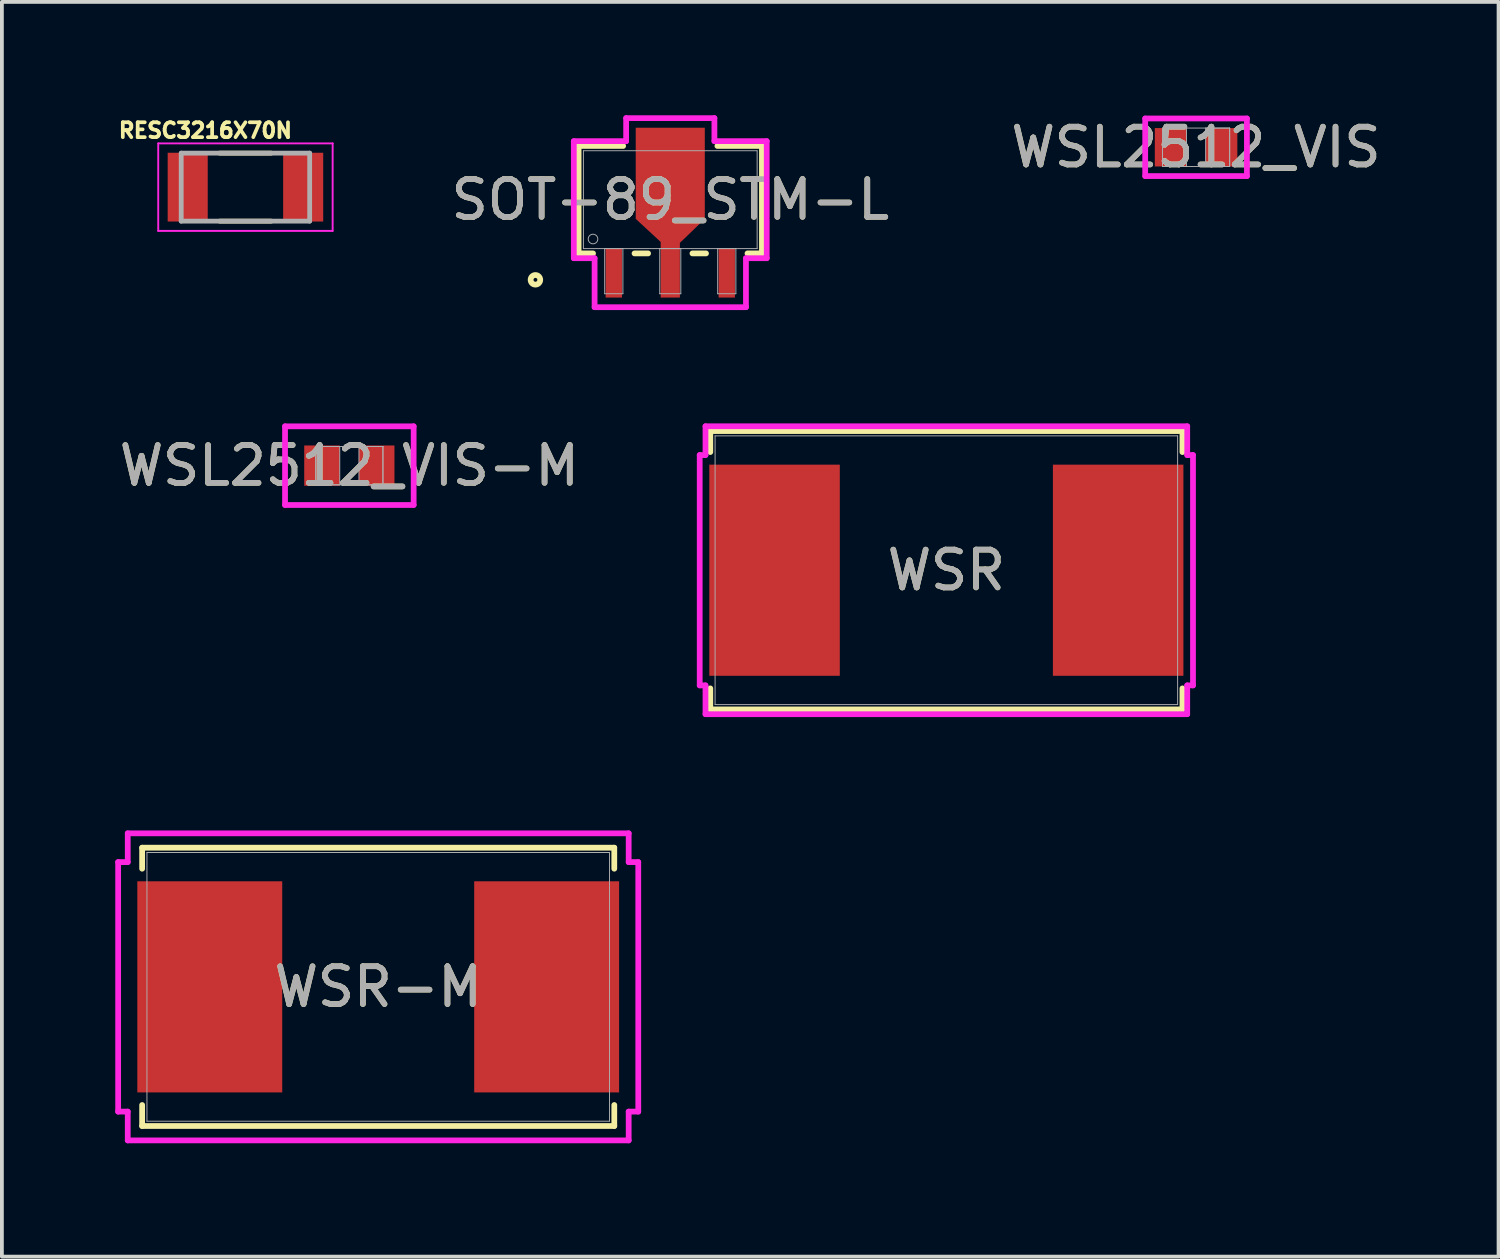
<source format=kicad_pcb>
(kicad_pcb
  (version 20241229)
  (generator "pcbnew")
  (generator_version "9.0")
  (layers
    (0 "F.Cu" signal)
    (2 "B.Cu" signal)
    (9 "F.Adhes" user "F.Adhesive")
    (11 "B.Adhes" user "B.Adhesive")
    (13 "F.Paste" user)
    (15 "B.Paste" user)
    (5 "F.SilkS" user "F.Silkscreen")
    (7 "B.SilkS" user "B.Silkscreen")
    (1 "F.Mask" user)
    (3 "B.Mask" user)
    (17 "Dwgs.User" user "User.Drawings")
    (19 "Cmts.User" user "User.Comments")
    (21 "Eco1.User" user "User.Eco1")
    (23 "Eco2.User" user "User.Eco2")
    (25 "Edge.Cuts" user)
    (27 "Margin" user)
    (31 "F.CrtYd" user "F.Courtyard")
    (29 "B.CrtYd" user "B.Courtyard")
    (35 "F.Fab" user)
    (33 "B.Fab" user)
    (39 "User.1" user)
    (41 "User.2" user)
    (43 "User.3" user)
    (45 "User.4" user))
  (footprint "WSL2512_VIS-M"
    (layer "F.Cu")
    (at 6.196 9.274)
    (property "Reference" "WSL2512_VIS-M" (at 0 0 0) (unlocked yes) (layer "F.SilkS") (effects (font (size 1 1) (thickness 0.15))))
    (attr smd)
    (fp_line (start -1.702 -1.041) (end 1.702 -1.041) (stroke (width 0.152) (type solid)) (layer "F.CrtYd"))
    (fp_line (start -1.702 1.041) (end -1.702 -1.041) (stroke (width 0.152) (type solid)) (layer "F.CrtYd"))
    (fp_line (start 1.702 -1.041) (end 1.702 1.041) (stroke (width 0.152) (type solid)) (layer "F.CrtYd"))
    (fp_line (start 1.702 1.041) (end -1.702 1.041) (stroke (width 0.152) (type solid)) (layer "F.CrtYd"))
    (fp_line (start -0.889 -0.508) (end -0.889 0.508) (stroke (width 0.025) (type solid)) (layer "F.Fab"))
    (fp_line (start -0.889 -0.508) (end -0.889 0.508) (stroke (width 0.025) (type solid)) (layer "F.Fab"))
    (fp_line (start -0.889 0.508) (end -0.254 0.508) (stroke (width 0.025) (type solid)) (layer "F.Fab"))
    (fp_line (start -0.889 0.508) (end 0.889 0.508) (stroke (width 0.025) (type solid)) (layer "F.Fab"))
    (fp_line (start -0.254 -0.508) (end -0.889 -0.508) (stroke (width 0.025) (type solid)) (layer "F.Fab"))
    (fp_line (start -0.254 0.508) (end -0.254 -0.508) (stroke (width 0.025) (type solid)) (layer "F.Fab"))
    (fp_line (start 0.254 -0.508) (end 0.254 0.508) (stroke (width 0.025) (type solid)) (layer "F.Fab"))
    (fp_line (start 0.254 0.508) (end 0.889 0.508) (stroke (width 0.025) (type solid)) (layer "F.Fab"))
    (fp_line (start 0.889 -0.508) (end -0.889 -0.508) (stroke (width 0.025) (type solid)) (layer "F.Fab"))
    (fp_line (start 0.889 -0.508) (end 0.254 -0.508) (stroke (width 0.025) (type solid)) (layer "F.Fab"))
    (fp_line (start 0.889 0.508) (end 0.889 -0.508) (stroke (width 0.025) (type solid)) (layer "F.Fab"))
    (fp_line (start 0.889 0.508) (end 0.889 -0.508) (stroke (width 0.025) (type solid)) (layer "F.Fab"))
    (fp_text user "${REFERENCE}" (at 0 0 0) (unlocked yes) (layer "F.Fab") (effects (font (size 1 1) (thickness 0.15))))
    (pad "1" smd rect (at -0.724 0) (size 0.94 1.067) (layers "F.Cu" "F.Mask" "F.Paste"))
    (pad "2" smd rect (at 0.724 0) (size 0.94 1.067) (layers "F.Cu" "F.Mask" "F.Paste"))
    (zone (net_name "") (layer "F.Cu") (hatch full 0.508) (connect_pads) (min_thickness 0.254) (filled_areas_thickness no) (keepout (tracks not_allowed) (vias not_allowed) (pads allowed) (copperpour not_allowed) (footprints allowed)) (placement (enabled no)) (fill) (polygon (pts (xy 5.993 8.817) (xy 6.4 8.817) (xy 6.4 9.731) (xy 5.993 9.731)))))
  (footprint "WSR"
    (layer "F.Cu")
    (at 21.997 12.042)
    (property "Reference" "WSR" (at 0 0 0) (unlocked yes) (layer "F.SilkS") (effects (font (size 1 1) (thickness 0.15))))
    (attr smd)
    (fp_line (start -6.248 -3.683) (end -6.248 -3.127) (stroke (width 0.152) (type solid)) (layer "F.SilkS"))
    (fp_line (start -6.248 3.127) (end -6.248 3.683) (stroke (width 0.152) (type solid)) (layer "F.SilkS"))
    (fp_line (start -6.248 3.683) (end 6.248 3.683) (stroke (width 0.152) (type solid)) (layer "F.SilkS"))
    (fp_line (start 6.248 -3.683) (end -6.248 -3.683) (stroke (width 0.152) (type solid)) (layer "F.SilkS"))
    (fp_line (start 6.248 -3.127) (end 6.248 -3.683) (stroke (width 0.152) (type solid)) (layer "F.SilkS"))
    (fp_line (start 6.248 3.683) (end 6.248 3.127) (stroke (width 0.152) (type solid)) (layer "F.SilkS"))
    (fp_line (start -6.528 -3.048) (end -6.375 -3.048) (stroke (width 0.152) (type solid)) (layer "F.CrtYd"))
    (fp_line (start -6.528 3.048) (end -6.528 -3.048) (stroke (width 0.152) (type solid)) (layer "F.CrtYd"))
    (fp_line (start -6.375 -3.81) (end 6.375 -3.81) (stroke (width 0.152) (type solid)) (layer "F.CrtYd"))
    (fp_line (start -6.375 -3.048) (end -6.375 -3.81) (stroke (width 0.152) (type solid)) (layer "F.CrtYd"))
    (fp_line (start -6.375 3.048) (end -6.528 3.048) (stroke (width 0.152) (type solid)) (layer "F.CrtYd"))
    (fp_line (start -6.375 3.81) (end -6.375 3.048) (stroke (width 0.152) (type solid)) (layer "F.CrtYd"))
    (fp_line (start 6.375 -3.81) (end 6.375 -3.048) (stroke (width 0.152) (type solid)) (layer "F.CrtYd"))
    (fp_line (start 6.375 -3.048) (end 6.528 -3.048) (stroke (width 0.152) (type solid)) (layer "F.CrtYd"))
    (fp_line (start 6.375 3.048) (end 6.375 3.81) (stroke (width 0.152) (type solid)) (layer "F.CrtYd"))
    (fp_line (start 6.375 3.81) (end -6.375 3.81) (stroke (width 0.152) (type solid)) (layer "F.CrtYd"))
    (fp_line (start 6.528 -3.048) (end 6.528 3.048) (stroke (width 0.152) (type solid)) (layer "F.CrtYd"))
    (fp_line (start 6.528 3.048) (end 6.375 3.048) (stroke (width 0.152) (type solid)) (layer "F.CrtYd"))
    (fp_line (start -6.121 -3.556) (end -6.121 3.556) (stroke (width 0.025) (type solid)) (layer "F.Fab"))
    (fp_line (start -6.121 3.556) (end 6.121 3.556) (stroke (width 0.025) (type solid)) (layer "F.Fab"))
    (fp_line (start 6.121 -3.556) (end -6.121 -3.556) (stroke (width 0.025) (type solid)) (layer "F.Fab"))
    (fp_line (start 6.121 3.556) (end 6.121 -3.556) (stroke (width 0.025) (type solid)) (layer "F.Fab"))
    (fp_text user "${REFERENCE}" (at 0 0 0) (unlocked yes) (layer "F.Fab") (effects (font (size 1 1) (thickness 0.15))))
    (pad "1" smd rect (at -4.547 0 90) (size 5.588 3.454) (layers "F.Cu" "F.Mask" "F.Paste"))
    (pad "2" smd rect (at 4.547 0 90) (size 5.588 3.454) (layers "F.Cu" "F.Mask" "F.Paste"))
    (zone (net_name "") (layer "F.Cu") (hatch full 0.508) (connect_pads) (min_thickness 0.254) (filled_areas_thickness no) (keepout (tracks not_allowed) (vias not_allowed) (pads allowed) (copperpour not_allowed) (footprints allowed)) (placement (enabled no)) (fill) (polygon (pts (xy 15.926 8.537) (xy 28.067 8.537) (xy 28.067 9.198) (xy 15.926 9.198))))
    (zone (net_name "") (layer "F.Cu") (hatch full 0.508) (connect_pads) (min_thickness 0.254) (filled_areas_thickness no) (keepout (tracks not_allowed) (vias not_allowed) (pads allowed) (copperpour not_allowed) (footprints allowed)) (placement (enabled no)) (fill) (polygon (pts (xy 15.926 14.887) (xy 28.067 14.887) (xy 28.067 15.548) (xy 15.926 15.548))))
    (zone (net_name "") (layer "F.Cu") (hatch full 0.508) (connect_pads) (min_thickness 0.254) (filled_areas_thickness no) (keepout (tracks not_allowed) (vias not_allowed) (pads allowed) (copperpour not_allowed) (footprints allowed)) (placement (enabled no)) (fill) (polygon (pts (xy 19.228 9.198) (xy 24.765 9.198) (xy 24.765 14.887) (xy 19.228 14.887)))))
  (footprint "WSR-M"
    (layer "F.Cu")
    (at 6.96 23.069)
    (property "Reference" "WSR-M" (at 0 0 0) (unlocked yes) (layer "F.SilkS") (effects (font (size 1 1) (thickness 0.15))))
    (attr smd)
    (fp_line (start -6.248 -3.683) (end -6.248 -3.127) (stroke (width 0.152) (type solid)) (layer "F.SilkS"))
    (fp_line (start -6.248 3.127) (end -6.248 3.683) (stroke (width 0.152) (type solid)) (layer "F.SilkS"))
    (fp_line (start -6.248 3.683) (end 6.248 3.683) (stroke (width 0.152) (type solid)) (layer "F.SilkS"))
    (fp_line (start 6.248 -3.683) (end -6.248 -3.683) (stroke (width 0.152) (type solid)) (layer "F.SilkS"))
    (fp_line (start 6.248 -3.127) (end 6.248 -3.683) (stroke (width 0.152) (type solid)) (layer "F.SilkS"))
    (fp_line (start 6.248 3.683) (end 6.248 3.127) (stroke (width 0.152) (type solid)) (layer "F.SilkS"))
    (fp_line (start -6.883 -3.302) (end -6.629 -3.302) (stroke (width 0.152) (type solid)) (layer "F.CrtYd"))
    (fp_line (start -6.883 3.302) (end -6.883 -3.302) (stroke (width 0.152) (type solid)) (layer "F.CrtYd"))
    (fp_line (start -6.629 -4.064) (end 6.629 -4.064) (stroke (width 0.152) (type solid)) (layer "F.CrtYd"))
    (fp_line (start -6.629 -3.302) (end -6.629 -4.064) (stroke (width 0.152) (type solid)) (layer "F.CrtYd"))
    (fp_line (start -6.629 3.302) (end -6.883 3.302) (stroke (width 0.152) (type solid)) (layer "F.CrtYd"))
    (fp_line (start -6.629 4.064) (end -6.629 3.302) (stroke (width 0.152) (type solid)) (layer "F.CrtYd"))
    (fp_line (start 6.629 -4.064) (end 6.629 -3.302) (stroke (width 0.152) (type solid)) (layer "F.CrtYd"))
    (fp_line (start 6.629 -3.302) (end 6.883 -3.302) (stroke (width 0.152) (type solid)) (layer "F.CrtYd"))
    (fp_line (start 6.629 3.302) (end 6.629 4.064) (stroke (width 0.152) (type solid)) (layer "F.CrtYd"))
    (fp_line (start 6.629 4.064) (end -6.629 4.064) (stroke (width 0.152) (type solid)) (layer "F.CrtYd"))
    (fp_line (start 6.883 -3.302) (end 6.883 3.302) (stroke (width 0.152) (type solid)) (layer "F.CrtYd"))
    (fp_line (start 6.883 3.302) (end 6.629 3.302) (stroke (width 0.152) (type solid)) (layer "F.CrtYd"))
    (fp_line (start -6.121 -3.556) (end -6.121 3.556) (stroke (width 0.025) (type solid)) (layer "F.Fab"))
    (fp_line (start -6.121 3.556) (end 6.121 3.556) (stroke (width 0.025) (type solid)) (layer "F.Fab"))
    (fp_line (start 6.121 -3.556) (end -6.121 -3.556) (stroke (width 0.025) (type solid)) (layer "F.Fab"))
    (fp_line (start 6.121 3.556) (end 6.121 -3.556) (stroke (width 0.025) (type solid)) (layer "F.Fab"))
    (fp_text user "${REFERENCE}" (at 0 0 0) (unlocked yes) (layer "F.Fab") (effects (font (size 1 1) (thickness 0.15))))
    (pad "1" smd rect (at -4.458 0 90) (size 5.588 3.835) (layers "F.Cu" "F.Mask" "F.Paste"))
    (pad "2" smd rect (at 4.458 0 90) (size 5.588 3.835) (layers "F.Cu" "F.Mask" "F.Paste"))
    (zone (net_name "") (layer "F.Cu") (hatch full 0.508) (connect_pads) (min_thickness 0.254) (filled_areas_thickness no) (keepout (tracks not_allowed) (vias not_allowed) (pads allowed) (copperpour not_allowed) (footprints allowed)) (placement (enabled no)) (fill) (polygon (pts (xy 0.889 19.564) (xy 13.03 19.564) (xy 13.03 20.224) (xy 0.889 20.224))))
    (zone (net_name "") (layer "F.Cu") (hatch full 0.508) (connect_pads) (min_thickness 0.254) (filled_areas_thickness no) (keepout (tracks not_allowed) (vias not_allowed) (pads allowed) (copperpour not_allowed) (footprints allowed)) (placement (enabled no)) (fill) (polygon (pts (xy 0.889 25.914) (xy 13.03 25.914) (xy 13.03 26.574) (xy 0.889 26.574))))
    (zone (net_name "") (layer "F.Cu") (hatch full 0.508) (connect_pads) (min_thickness 0.254) (filled_areas_thickness no) (keepout (tracks not_allowed) (vias not_allowed) (pads allowed) (copperpour not_allowed) (footprints allowed)) (placement (enabled no)) (fill) (polygon (pts (xy 4.47 20.224) (xy 9.449 20.224) (xy 9.449 25.914) (xy 4.47 25.914)))))
  (footprint "RESC3216X70N"
    (layer "F.Cu")
    (at 3.446 1.903)
    (property "Reference" "RESC3216X70N" (at -1.06 -1.5 0) (layer "F.SilkS") (effects (font (size 0.394 0.394) (thickness 0.15))))
    (attr smd)
    (fp_line (start -0.68 -0.9) (end 0.68 -0.9) (stroke (width 0.127) (type solid)) (layer "F.SilkS"))
    (fp_line (start -0.68 0.9) (end 0.68 0.9) (stroke (width 0.127) (type solid)) (layer "F.SilkS"))
    (fp_line (start -2.308 -1.158) (end 2.308 -1.158) (stroke (width 0.05) (type solid)) (layer "F.CrtYd"))
    (fp_line (start -2.308 1.158) (end -2.308 -1.158) (stroke (width 0.05) (type solid)) (layer "F.CrtYd"))
    (fp_line (start -2.308 1.158) (end 2.308 1.158) (stroke (width 0.05) (type solid)) (layer "F.CrtYd"))
    (fp_line (start 2.308 1.158) (end 2.308 -1.158) (stroke (width 0.05) (type solid)) (layer "F.CrtYd"))
    (fp_line (start -1.7 0.9) (end -1.7 -0.9) (stroke (width 0.127) (type solid)) (layer "F.Fab"))
    (fp_line (start 1.7 -0.9) (end -1.7 -0.9) (stroke (width 0.127) (type solid)) (layer "F.Fab"))
    (fp_line (start 1.7 0.9) (end -1.7 0.9) (stroke (width 0.127) (type solid)) (layer "F.Fab"))
    (fp_line (start 1.7 0.9) (end 1.7 -0.9) (stroke (width 0.127) (type solid)) (layer "F.Fab"))
    (pad "1" smd rect (at -1.528 0) (size 1.06 1.82) (layers "F.Cu" "F.Mask" "F.Paste"))
    (pad "2" smd rect (at 1.528 0) (size 1.06 1.82) (layers "F.Cu" "F.Mask" "F.Paste")))
  (footprint "WSL2512_VIS"
    (layer "F.Cu")
    (at 28.606 0.848)
    (property "Reference" "WSL2512_VIS" (at 0 0 0) (unlocked yes) (layer "F.SilkS") (effects (font (size 1 1) (thickness 0.15))))
    (attr smd)
    (fp_line (start -1.346 -0.762) (end 1.346 -0.762) (stroke (width 0.152) (type solid)) (layer "F.CrtYd"))
    (fp_line (start -1.346 0.762) (end -1.346 -0.762) (stroke (width 0.152) (type solid)) (layer "F.CrtYd"))
    (fp_line (start 1.346 -0.762) (end 1.346 0.762) (stroke (width 0.152) (type solid)) (layer "F.CrtYd"))
    (fp_line (start 1.346 0.762) (end -1.346 0.762) (stroke (width 0.152) (type solid)) (layer "F.CrtYd"))
    (fp_line (start -0.889 -0.508) (end -0.889 0.508) (stroke (width 0.025) (type solid)) (layer "F.Fab"))
    (fp_line (start -0.889 -0.508) (end -0.889 0.508) (stroke (width 0.025) (type solid)) (layer "F.Fab"))
    (fp_line (start -0.889 0.508) (end -0.254 0.508) (stroke (width 0.025) (type solid)) (layer "F.Fab"))
    (fp_line (start -0.889 0.508) (end 0.889 0.508) (stroke (width 0.025) (type solid)) (layer "F.Fab"))
    (fp_line (start -0.254 -0.508) (end -0.889 -0.508) (stroke (width 0.025) (type solid)) (layer "F.Fab"))
    (fp_line (start -0.254 0.508) (end -0.254 -0.508) (stroke (width 0.025) (type solid)) (layer "F.Fab"))
    (fp_line (start 0.254 -0.508) (end 0.254 0.508) (stroke (width 0.025) (type solid)) (layer "F.Fab"))
    (fp_line (start 0.254 0.508) (end 0.889 0.508) (stroke (width 0.025) (type solid)) (layer "F.Fab"))
    (fp_line (start 0.889 -0.508) (end -0.889 -0.508) (stroke (width 0.025) (type solid)) (layer "F.Fab"))
    (fp_line (start 0.889 -0.508) (end 0.254 -0.508) (stroke (width 0.025) (type solid)) (layer "F.Fab"))
    (fp_line (start 0.889 0.508) (end 0.889 -0.508) (stroke (width 0.025) (type solid)) (layer "F.Fab"))
    (fp_line (start 0.889 0.508) (end 0.889 -0.508) (stroke (width 0.025) (type solid)) (layer "F.Fab"))
    (fp_text user "${REFERENCE}" (at 0 0 0) (unlocked yes) (layer "F.Fab") (effects (font (size 1 1) (thickness 0.15))))
    (pad "1" smd rect (at -0.673 0) (size 0.838 1.016) (layers "F.Cu" "F.Mask" "F.Paste"))
    (pad "2" smd rect (at 0.673 0) (size 0.838 1.016) (layers "F.Cu" "F.Mask" "F.Paste"))
    (zone (net_name "") (layer "F.Cu") (hatch full 0.508) (connect_pads) (min_thickness 0.254) (filled_areas_thickness no) (keepout (tracks not_allowed) (vias not_allowed) (pads allowed) (copperpour not_allowed) (footprints allowed)) (placement (enabled no)) (fill) (polygon (pts (xy 28.403 0.391) (xy 28.81 0.391) (xy 28.81 1.305) (xy 28.403 1.305)))))
  (footprint "SOT-89_STM-L"
    (layer "F.Cu")
    (at 14.69 2.235)
    (property "Reference" "SOT-89_STM-L" (at 0 0 0) (unlocked yes) (layer "F.SilkS") (effects (font (size 1 1) (thickness 0.15))))
    (attr smd)
    (fp_poly (pts (xy -0.254 1.295) (xy -0.254 1.118) (xy -0.914 0.508) (xy -0.914 -1.905) (xy 0.914 -1.905) (xy 0.914 0.508) (xy 0.254 1.143) (xy 0.254 1.295)) (stroke (width 0) (type solid)) (fill yes) (layer "F.Cu"))
    (fp_poly (pts (xy -0.254 1.27) (xy -0.254 1.118) (xy -0.889 0.483) (xy -0.889 -1.854) (xy 0.889 -1.854) (xy 0.889 0.483) (xy 0.254 1.118) (xy 0.254 1.27)) (stroke (width 0) (type solid)) (fill yes) (layer "F.Mask"))
    (fp_line (start -2.426 -1.422) (end -2.426 1.422) (stroke (width 0.152) (type solid)) (layer "F.SilkS"))
    (fp_line (start -2.426 1.422) (end -2.044 1.422) (stroke (width 0.152) (type solid)) (layer "F.SilkS"))
    (fp_line (start -1.247 -1.422) (end -2.426 -1.422) (stroke (width 0.152) (type solid)) (layer "F.SilkS"))
    (fp_line (start -0.946 1.422) (end -0.587 1.422) (stroke (width 0.152) (type solid)) (layer "F.SilkS"))
    (fp_line (start 0.587 1.422) (end 0.946 1.422) (stroke (width 0.152) (type solid)) (layer "F.SilkS"))
    (fp_line (start 2.044 1.422) (end 2.426 1.422) (stroke (width 0.152) (type solid)) (layer "F.SilkS"))
    (fp_line (start 2.426 -1.422) (end 1.247 -1.422) (stroke (width 0.152) (type solid)) (layer "F.SilkS"))
    (fp_line (start 2.426 1.422) (end 2.426 -1.422) (stroke (width 0.152) (type solid)) (layer "F.SilkS"))
    (fp_circle (center -3.569 2.121) (end -3.442 2.121) (stroke (width 0.152) (type solid)) (fill no) (layer "F.SilkS"))
    (fp_poly (pts (xy -0.254 1.27) (xy -0.254 1.118) (xy -0.889 0.483) (xy -0.889 -1.854) (xy 0.889 -1.854) (xy 0.889 0.483) (xy 0.254 1.118) (xy 0.254 1.27)) (stroke (width 0) (type solid)) (fill yes) (layer "F.Paste"))
    (fp_line (start -2.553 -1.549) (end -1.168 -1.549) (stroke (width 0.152) (type solid)) (layer "F.CrtYd"))
    (fp_line (start -2.553 1.549) (end -2.553 -1.549) (stroke (width 0.152) (type solid)) (layer "F.CrtYd"))
    (fp_line (start -2.003 1.549) (end -2.553 1.549) (stroke (width 0.152) (type solid)) (layer "F.CrtYd"))
    (fp_line (start -2.003 2.845) (end -2.003 1.549) (stroke (width 0.152) (type solid)) (layer "F.CrtYd"))
    (fp_line (start -1.168 -2.159) (end 1.168 -2.159) (stroke (width 0.152) (type solid)) (layer "F.CrtYd"))
    (fp_line (start -1.168 -1.549) (end -1.168 -2.159) (stroke (width 0.152) (type solid)) (layer "F.CrtYd"))
    (fp_line (start 1.168 -2.159) (end 1.168 -1.549) (stroke (width 0.152) (type solid)) (layer "F.CrtYd"))
    (fp_line (start 1.168 -1.549) (end 2.553 -1.549) (stroke (width 0.152) (type solid)) (layer "F.CrtYd"))
    (fp_line (start 2.003 1.549) (end 2.003 2.845) (stroke (width 0.152) (type solid)) (layer "F.CrtYd"))
    (fp_line (start 2.003 2.845) (end -2.003 2.845) (stroke (width 0.152) (type solid)) (layer "F.CrtYd"))
    (fp_line (start 2.553 -1.549) (end 2.553 1.549) (stroke (width 0.152) (type solid)) (layer "F.CrtYd"))
    (fp_line (start 2.553 1.549) (end 2.003 1.549) (stroke (width 0.152) (type solid)) (layer "F.CrtYd"))
    (fp_line (start -2.299 -1.295) (end -2.299 1.295) (stroke (width 0.025) (type solid)) (layer "F.Fab"))
    (fp_line (start -2.299 1.295) (end 2.299 1.295) (stroke (width 0.025) (type solid)) (layer "F.Fab"))
    (fp_line (start -1.736 1.295) (end -1.736 2.489) (stroke (width 0.025) (type solid)) (layer "F.Fab"))
    (fp_line (start -1.736 2.489) (end -1.254 2.489) (stroke (width 0.025) (type solid)) (layer "F.Fab"))
    (fp_line (start -1.254 1.295) (end -1.736 1.295) (stroke (width 0.025) (type solid)) (layer "F.Fab"))
    (fp_line (start -1.254 2.489) (end -1.254 1.295) (stroke (width 0.025) (type solid)) (layer "F.Fab"))
    (fp_line (start -0.279 1.295) (end -0.279 2.489) (stroke (width 0.025) (type solid)) (layer "F.Fab"))
    (fp_line (start -0.279 2.489) (end 0.279 2.489) (stroke (width 0.025) (type solid)) (layer "F.Fab"))
    (fp_line (start 0.279 1.295) (end -0.279 1.295) (stroke (width 0.025) (type solid)) (layer "F.Fab"))
    (fp_line (start 0.279 2.489) (end 0.279 1.295) (stroke (width 0.025) (type solid)) (layer "F.Fab"))
    (fp_line (start 1.254 1.295) (end 1.254 2.489) (stroke (width 0.025) (type solid)) (layer "F.Fab"))
    (fp_line (start 1.254 2.489) (end 1.736 2.489) (stroke (width 0.025) (type solid)) (layer "F.Fab"))
    (fp_line (start 1.736 1.295) (end 1.254 1.295) (stroke (width 0.025) (type solid)) (layer "F.Fab"))
    (fp_line (start 1.736 2.489) (end 1.736 1.295) (stroke (width 0.025) (type solid)) (layer "F.Fab"))
    (fp_line (start 2.299 -1.295) (end -2.299 -1.295) (stroke (width 0.025) (type solid)) (layer "F.Fab"))
    (fp_line (start 2.299 1.295) (end 2.299 -1.295) (stroke (width 0.025) (type solid)) (layer "F.Fab"))
    (fp_circle (center -2.045 1.041) (end -1.918 1.041) (stroke (width 0.025) (type solid)) (fill no) (layer "F.Fab"))
    (fp_text user "${REFERENCE}" (at 0 0 0) (unlocked yes) (layer "F.Fab") (effects (font (size 1 1) (thickness 0.15))))
    (pad "1" smd rect (at -1.495 1.943) (size 0.432 1.295) (layers "F.Cu" "F.Mask" "F.Paste"))
    (pad "2" smd rect (at 0 1.943) (size 0.508 1.295) (layers "F.Cu" "F.Mask" "F.Paste"))
    (pad "3" smd rect (at 1.495 1.943) (size 0.432 1.295) (layers "F.Cu" "F.Mask" "F.Paste")))
  (gr_rect
    (start -3 -3)
    (end 36.612 30.209)
    (stroke (width 0.1) (type default))
    (fill no)
    (layer "Edge.Cuts")))
</source>
